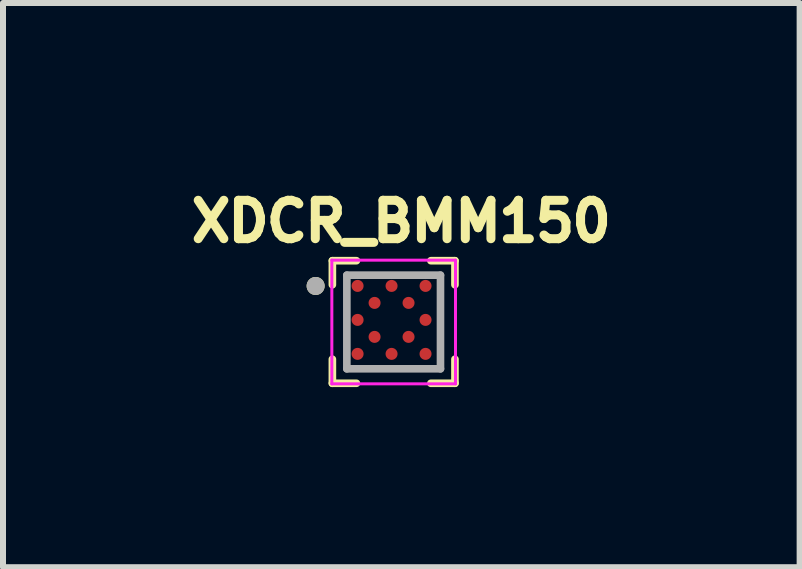
<source format=kicad_pcb>
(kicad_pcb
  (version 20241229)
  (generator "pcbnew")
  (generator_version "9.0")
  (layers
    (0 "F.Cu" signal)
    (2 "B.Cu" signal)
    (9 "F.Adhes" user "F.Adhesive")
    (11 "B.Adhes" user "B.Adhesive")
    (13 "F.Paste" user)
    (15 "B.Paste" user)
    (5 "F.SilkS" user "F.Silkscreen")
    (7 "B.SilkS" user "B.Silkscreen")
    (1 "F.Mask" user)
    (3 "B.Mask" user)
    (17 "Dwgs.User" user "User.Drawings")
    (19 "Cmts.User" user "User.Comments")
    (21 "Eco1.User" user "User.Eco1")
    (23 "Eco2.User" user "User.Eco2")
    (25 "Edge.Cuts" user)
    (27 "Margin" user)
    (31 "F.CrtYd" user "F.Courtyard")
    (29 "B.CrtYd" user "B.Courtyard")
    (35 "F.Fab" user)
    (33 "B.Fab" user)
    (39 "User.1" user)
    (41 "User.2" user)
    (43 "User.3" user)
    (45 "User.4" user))
  (footprint "XDCR_BMM150"
    (layer "F.Cu")
    (at 3.508 2.314)
    (property "Reference" "XDCR_BMM150" (at 0.127 -1.676 0) (layer "F.SilkS") (effects (font (size 0.64 0.64) (thickness 0.15))))
    (attr smd)
    (fp_line (start -1.021 -1.021) (end -1.021 -0.62) (stroke (width 0.127) (type solid)) (layer "F.SilkS"))
    (fp_line (start -1.021 1.021) (end -1.021 0.62) (stroke (width 0.127) (type solid)) (layer "F.SilkS"))
    (fp_line (start -0.62 -1.021) (end -1.021 -1.021) (stroke (width 0.127) (type solid)) (layer "F.SilkS"))
    (fp_line (start -0.62 1.021) (end -1.021 1.021) (stroke (width 0.127) (type solid)) (layer "F.SilkS"))
    (fp_line (start 0.62 -1.021) (end 1.021 -1.021) (stroke (width 0.127) (type solid)) (layer "F.SilkS"))
    (fp_line (start 0.62 1.021) (end 1.021 1.021) (stroke (width 0.127) (type solid)) (layer "F.SilkS"))
    (fp_line (start 1.021 -1.021) (end 1.021 -0.62) (stroke (width 0.127) (type solid)) (layer "F.SilkS"))
    (fp_line (start 1.021 1.021) (end 1.021 0.62) (stroke (width 0.127) (type solid)) (layer "F.SilkS"))
    (fp_circle (center -1.3 -0.6) (end -1.225 -0.6) (stroke (width 0.15) (type solid)) (fill no) (layer "F.SilkS"))
    (fp_line (start -1.03 -1.03) (end -1.03 1.03) (stroke (width 0.05) (type solid)) (layer "F.CrtYd"))
    (fp_line (start -1.03 1.03) (end 1.03 1.03) (stroke (width 0.05) (type solid)) (layer "F.CrtYd"))
    (fp_line (start 1.03 -1.03) (end -1.03 -1.03) (stroke (width 0.05) (type solid)) (layer "F.CrtYd"))
    (fp_line (start 1.03 1.03) (end 1.03 -1.03) (stroke (width 0.05) (type solid)) (layer "F.CrtYd"))
    (fp_line (start -0.78 -0.78) (end -0.78 0.78) (stroke (width 0.127) (type solid)) (layer "F.Fab"))
    (fp_line (start -0.78 0.78) (end 0.78 0.78) (stroke (width 0.127) (type solid)) (layer "F.Fab"))
    (fp_line (start 0.78 -0.78) (end -0.78 -0.78) (stroke (width 0.127) (type solid)) (layer "F.Fab"))
    (fp_line (start 0.78 0.78) (end 0.78 -0.78) (stroke (width 0.127) (type solid)) (layer "F.Fab"))
    (fp_circle (center -1.3 -0.6) (end -1.225 -0.6) (stroke (width 0.15) (type solid)) (fill no) (layer "F.Fab"))
    (pad "A1" smd circle (at -0.601 -0.601) (size 0.2 0.2) (layers "F.Cu" "F.Mask" "F.Paste"))
    (pad "A3" smd circle (at -0.035 -0.601) (size 0.2 0.2) (layers "F.Cu" "F.Mask" "F.Paste"))
    (pad "A5" smd circle (at 0.531 -0.601) (size 0.2 0.2) (layers "F.Cu" "F.Mask" "F.Paste"))
    (pad "B2" smd circle (at -0.318 -0.318) (size 0.2 0.2) (layers "F.Cu" "F.Mask" "F.Paste"))
    (pad "B4" smd circle (at 0.248 -0.318) (size 0.2 0.2) (layers "F.Cu" "F.Mask" "F.Paste"))
    (pad "C1" smd circle (at -0.601 -0.035) (size 0.2 0.2) (layers "F.Cu" "F.Mask" "F.Paste"))
    (pad "C5" smd circle (at 0.531 -0.035) (size 0.2 0.2) (layers "F.Cu" "F.Mask" "F.Paste"))
    (pad "D2" smd circle (at -0.318 0.248) (size 0.2 0.2) (layers "F.Cu" "F.Mask" "F.Paste"))
    (pad "D4" smd circle (at 0.248 0.248) (size 0.2 0.2) (layers "F.Cu" "F.Mask" "F.Paste"))
    (pad "E1" smd circle (at -0.601 0.531) (size 0.2 0.2) (layers "F.Cu" "F.Mask" "F.Paste"))
    (pad "E3" smd circle (at -0.035 0.531) (size 0.2 0.2) (layers "F.Cu" "F.Mask" "F.Paste"))
    (pad "E5" smd circle (at 0.531 0.531) (size 0.2 0.2) (layers "F.Cu" "F.Mask" "F.Paste")))
  (gr_rect
    (start -3 -3)
    (end 10.271 6.399)
    (stroke (width 0.1) (type default))
    (fill no)
    (layer "Edge.Cuts")))
</source>
